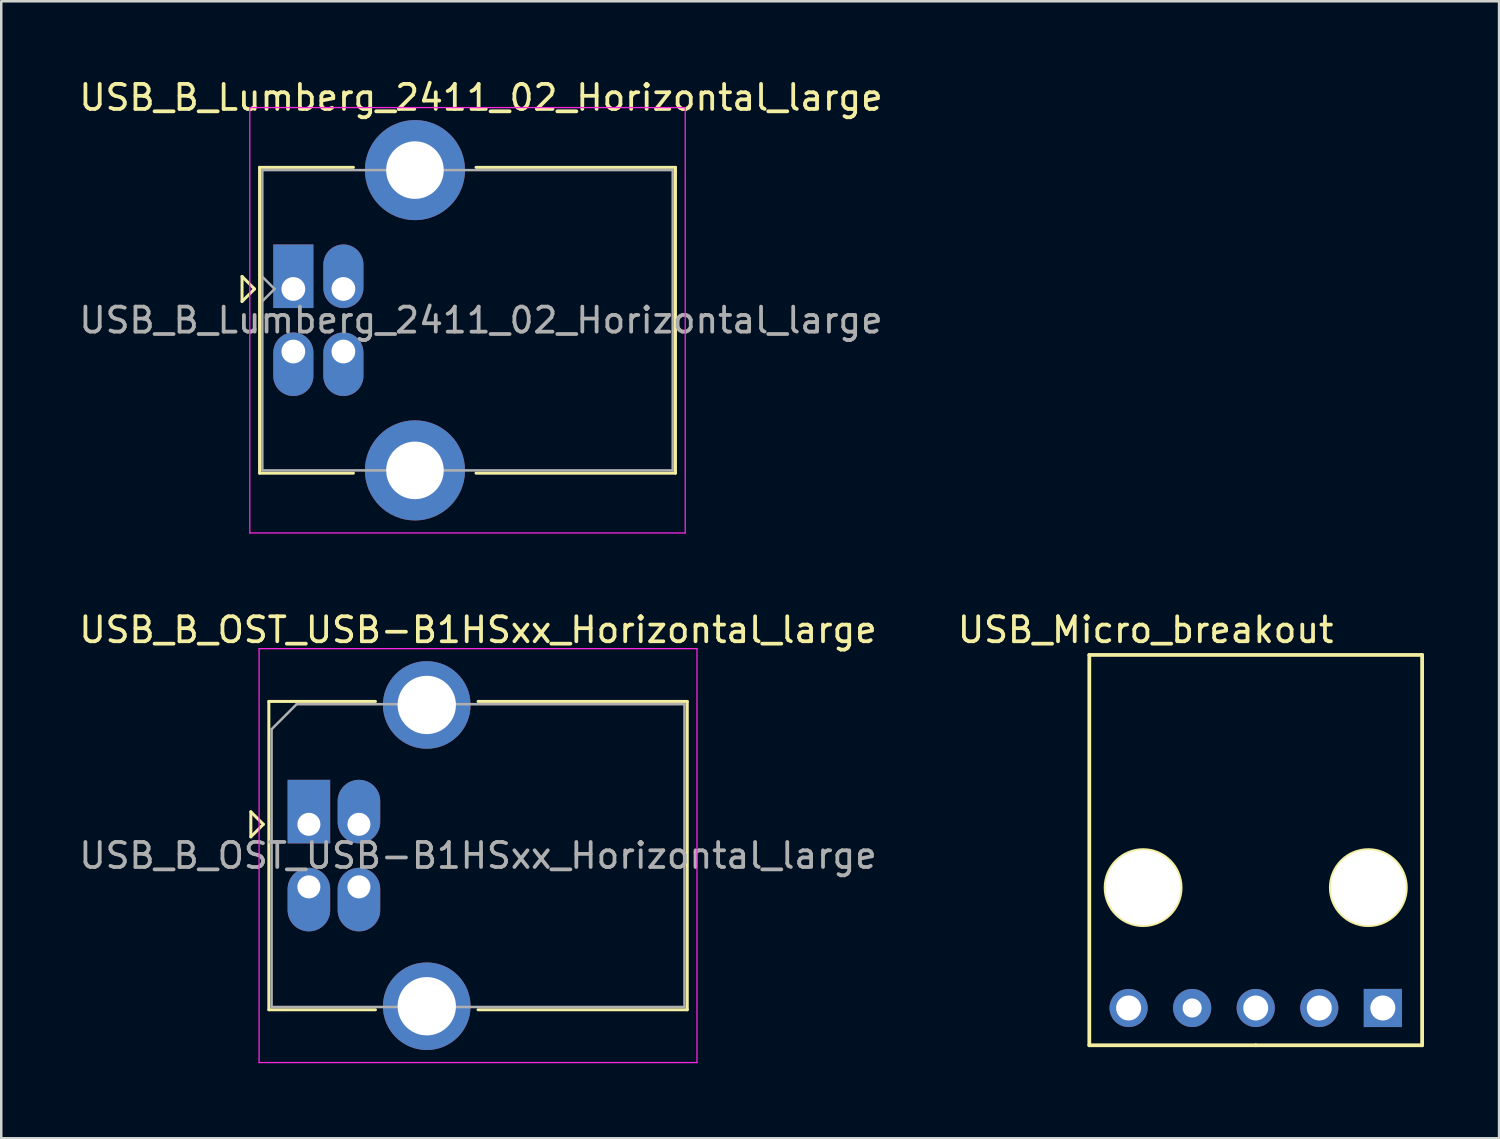
<source format=kicad_pcb>
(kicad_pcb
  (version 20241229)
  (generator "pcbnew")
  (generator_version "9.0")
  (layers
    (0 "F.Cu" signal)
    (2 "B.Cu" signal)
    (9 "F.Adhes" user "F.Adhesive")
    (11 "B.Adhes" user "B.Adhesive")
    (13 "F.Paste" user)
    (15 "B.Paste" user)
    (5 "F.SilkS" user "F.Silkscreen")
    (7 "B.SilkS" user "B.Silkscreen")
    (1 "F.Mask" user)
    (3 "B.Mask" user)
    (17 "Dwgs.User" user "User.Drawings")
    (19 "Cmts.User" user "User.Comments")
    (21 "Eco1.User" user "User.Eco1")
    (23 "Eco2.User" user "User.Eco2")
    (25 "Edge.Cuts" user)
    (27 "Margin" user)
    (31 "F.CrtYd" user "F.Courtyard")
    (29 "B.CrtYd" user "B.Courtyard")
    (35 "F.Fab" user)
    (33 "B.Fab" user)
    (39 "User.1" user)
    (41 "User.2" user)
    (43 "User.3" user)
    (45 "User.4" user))
  (footprint "USB_B_OST_USB-B1HSxx_Horizontal_large"
    (layer "F.Cu")
    (at 9.294 29.892)
    (property "Reference" "USB_B_OST_USB-B1HSxx_Horizontal_large" (at 6.76 -7.77 0) (layer "F.SilkS") (effects (font (size 1 1) (thickness 0.15))))
    (attr through_hole)
    (fp_line (start -2.32 -0.5) (end -2.32 0.5) (stroke (width 0.12) (type solid)) (layer "F.SilkS"))
    (fp_line (start -2.32 0.5) (end -1.82 0) (stroke (width 0.12) (type solid)) (layer "F.SilkS"))
    (fp_line (start -1.82 0) (end -2.32 -0.5) (stroke (width 0.12) (type solid)) (layer "F.SilkS"))
    (fp_line (start -1.6 -4.91) (end -1.6 7.41) (stroke (width 0.12) (type solid)) (layer "F.SilkS"))
    (fp_line (start -1.6 7.41) (end 2.66 7.41) (stroke (width 0.12) (type solid)) (layer "F.SilkS"))
    (fp_line (start 2.66 -4.91) (end -1.6 -4.91) (stroke (width 0.12) (type solid)) (layer "F.SilkS"))
    (fp_line (start 6.76 -4.91) (end 15.12 -4.91) (stroke (width 0.12) (type solid)) (layer "F.SilkS"))
    (fp_line (start 15.12 -4.91) (end 15.12 7.41) (stroke (width 0.12) (type solid)) (layer "F.SilkS"))
    (fp_line (start 15.12 7.41) (end 6.76 7.41) (stroke (width 0.12) (type solid)) (layer "F.SilkS"))
    (fp_line (start -1.99 -7.02) (end -1.99 9.52) (stroke (width 0.05) (type solid)) (layer "F.CrtYd"))
    (fp_line (start -1.99 9.52) (end 15.51 9.52) (stroke (width 0.05) (type solid)) (layer "F.CrtYd"))
    (fp_line (start 15.51 -7.02) (end -1.99 -7.02) (stroke (width 0.05) (type solid)) (layer "F.CrtYd"))
    (fp_line (start 15.51 9.52) (end 15.51 -7.02) (stroke (width 0.05) (type solid)) (layer "F.CrtYd"))
    (fp_line (start -1.49 -3.8) (end -0.49 -4.8) (stroke (width 0.1) (type solid)) (layer "F.Fab"))
    (fp_line (start -1.49 7.3) (end -1.49 -3.8) (stroke (width 0.1) (type solid)) (layer "F.Fab"))
    (fp_line (start -0.49 -4.8) (end 15.01 -4.8) (stroke (width 0.1) (type solid)) (layer "F.Fab"))
    (fp_line (start 15.01 -4.8) (end 15.01 7.3) (stroke (width 0.1) (type solid)) (layer "F.Fab"))
    (fp_line (start 15.01 7.3) (end -1.49 7.3) (stroke (width 0.1) (type solid)) (layer "F.Fab"))
    (fp_text user "${REFERENCE}" (at 6.76 1.25 0) (layer "F.Fab") (effects (font (size 1 1) (thickness 0.15))))
    (pad "1" thru_hole rect (at 0 0) (size 1.7 2.54) (drill 0.92 (offset 0 -0.508)) (layers "*.Cu" "*.Mask"))
    (pad "2" thru_hole oval (at 0 2.5) (size 1.7 2.54) (drill 0.92 (offset 0 0.508)) (layers "*.Cu" "*.Mask"))
    (pad "3" thru_hole oval (at 2 2.5) (size 1.7 2.54) (drill 0.92 (offset 0 0.508)) (layers "*.Cu" "*.Mask"))
    (pad "4" thru_hole oval (at 2 0) (size 1.7 2.54) (drill 0.92 (offset 0 -0.508)) (layers "*.Cu" "*.Mask"))
    (pad "5" thru_hole circle (at 4.71 -4.77) (size 3.5 3.5) (drill 2.33) (layers "*.Cu" "*.Mask"))
    (pad "5" thru_hole circle (at 4.71 7.27) (size 3.5 3.5) (drill 2.33) (layers "*.Cu" "*.Mask")))
  (footprint "USB_Micro_breakout"
    (layer "F.Cu")
    (at 47.132 23.122)
    (property "Reference" "USB_Micro_breakout" (at -4.4 -1 0) (layer "F.SilkS") (effects (font (size 1 1) (thickness 0.15))))
    (attr through_hole)
    (fp_line (start -6.65 0) (end 6.65 0) (stroke (width 0.15) (type solid)) (layer "F.SilkS"))
    (fp_line (start -6.65 15.6) (end -6.65 0) (stroke (width 0.15) (type solid)) (layer "F.SilkS"))
    (fp_line (start -6.65 15.6) (end 0 15.6) (stroke (width 0.15) (type solid)) (layer "F.SilkS"))
    (fp_line (start 0 15.6) (end 6.65 15.6) (stroke (width 0.15) (type solid)) (layer "F.SilkS"))
    (fp_line (start 6.65 15.6) (end 6.65 0) (stroke (width 0.15) (type solid)) (layer "F.SilkS"))
    (fp_circle (center -4.5 9.3) (end -3 9.3) (stroke (width 0.15) (type solid)) (fill no) (layer "F.SilkS"))
    (fp_circle (center 4.5 9.3) (end 6 9.3) (stroke (width 0.15) (type solid)) (fill no) (layer "F.SilkS"))
    (pad "" np_thru_hole circle (at -4.5 9.3) (size 3 3) (drill 3) (layers "*.Cu" "*.Mask"))
    (pad "" np_thru_hole circle (at 4.5 9.3) (size 3 3) (drill 3) (layers "*.Cu" "*.Mask"))
    (pad "1" thru_hole rect (at 5.08 14.11) (size 1.524 1.524) (drill 1) (layers "*.Cu" "*.Mask"))
    (pad "2" thru_hole oval (at 2.54 14.11) (size 1.524 1.524) (drill 1) (layers "*.Cu" "*.Mask"))
    (pad "3" thru_hole oval (at 0 14.11) (size 1.524 1.524) (drill 1) (layers "*.Cu" "*.Mask"))
    (pad "4" thru_hole oval (at -2.54 14.11 90) (size 1.524 1.524) (drill 0.762) (layers "*.Cu" "*.Mask"))
    (pad "5" thru_hole oval (at -5.08 14.11) (size 1.524 1.524) (drill 1) (layers "*.Cu" "*.Mask")))
  (footprint "USB_B_Lumberg_2411_02_Horizontal_large"
    (layer "F.Cu")
    (at 8.673 8.498)
    (property "Reference" "USB_B_Lumberg_2411_02_Horizontal_large" (at 7.5 -7.65 0) (layer "F.SilkS") (effects (font (size 1 1) (thickness 0.15))))
    (attr through_hole)
    (fp_line (start -2.05 -0.5) (end -2.05 0.5) (stroke (width 0.12) (type solid)) (layer "F.SilkS"))
    (fp_line (start -2.05 0.5) (end -1.55 0) (stroke (width 0.12) (type solid)) (layer "F.SilkS"))
    (fp_line (start -1.55 0) (end -2.05 -0.5) (stroke (width 0.12) (type solid)) (layer "F.SilkS"))
    (fp_line (start -1.35 -4.86) (end 2.4 -4.86) (stroke (width 0.12) (type solid)) (layer "F.SilkS"))
    (fp_line (start -1.35 7.36) (end -1.35 -4.86) (stroke (width 0.12) (type solid)) (layer "F.SilkS"))
    (fp_line (start -1.35 7.36) (end 2.4 7.36) (stroke (width 0.12) (type solid)) (layer "F.SilkS"))
    (fp_line (start 15.27 -4.86) (end 7.3 -4.86) (stroke (width 0.12) (type solid)) (layer "F.SilkS"))
    (fp_line (start 15.27 7.36) (end 7.3 7.36) (stroke (width 0.12) (type solid)) (layer "F.SilkS"))
    (fp_line (start 15.27 7.36) (end 15.27 -4.86) (stroke (width 0.12) (type solid)) (layer "F.SilkS"))
    (fp_line (start -1.74 -7.25) (end -1.74 9.75) (stroke (width 0.05) (type solid)) (layer "F.CrtYd"))
    (fp_line (start -1.74 9.75) (end 15.66 9.75) (stroke (width 0.05) (type solid)) (layer "F.CrtYd"))
    (fp_line (start 15.66 -7.25) (end -1.74 -7.25) (stroke (width 0.05) (type solid)) (layer "F.CrtYd"))
    (fp_line (start 15.66 9.75) (end 15.66 -7.25) (stroke (width 0.05) (type solid)) (layer "F.CrtYd"))
    (fp_line (start -1.24 -4.75) (end 15.16 -4.75) (stroke (width 0.1) (type solid)) (layer "F.Fab"))
    (fp_line (start -1.24 0.49) (end -0.75 0) (stroke (width 0.1) (type solid)) (layer "F.Fab"))
    (fp_line (start -1.24 7.25) (end -1.24 -4.75) (stroke (width 0.1) (type solid)) (layer "F.Fab"))
    (fp_line (start -0.75 0) (end -1.24 -0.49) (stroke (width 0.1) (type solid)) (layer "F.Fab"))
    (fp_line (start 15.16 -4.75) (end 15.16 7.25) (stroke (width 0.1) (type solid)) (layer "F.Fab"))
    (fp_line (start 15.16 7.25) (end -1.24 7.25) (stroke (width 0.1) (type solid)) (layer "F.Fab"))
    (fp_text user "${REFERENCE}" (at 7.5 1.25 180) (layer "F.Fab") (effects (font (size 1 1) (thickness 0.15))))
    (pad "1" thru_hole rect (at 0 0 90) (size 2.54 1.6) (drill 0.95 (offset 0.508 0)) (layers "*.Cu" "*.Mask"))
    (pad "2" thru_hole oval (at 0 2.5 90) (size 2.54 1.6) (drill 0.95 (offset -0.508 0)) (layers "*.Cu" "*.Mask"))
    (pad "3" thru_hole oval (at 2 2.5 90) (size 2.54 1.6) (drill 0.95 (offset -0.508 0)) (layers "*.Cu" "*.Mask"))
    (pad "4" thru_hole oval (at 2 0 90) (size 2.54 1.6) (drill 0.95 (offset 0.508 0)) (layers "*.Cu" "*.Mask"))
    (pad "5" thru_hole circle (at 4.86 -4.75 90) (size 4 4) (drill 2.3) (layers "*.Cu" "*.Mask"))
    (pad "5" thru_hole circle (at 4.86 7.25 90) (size 4 4) (drill 2.3) (layers "*.Cu" "*.Mask")))
  (gr_rect
    (start -3 -3)
    (end 56.857 42.437)
    (stroke (width 0.1) (type default))
    (fill no)
    (layer "Edge.Cuts")))
</source>
